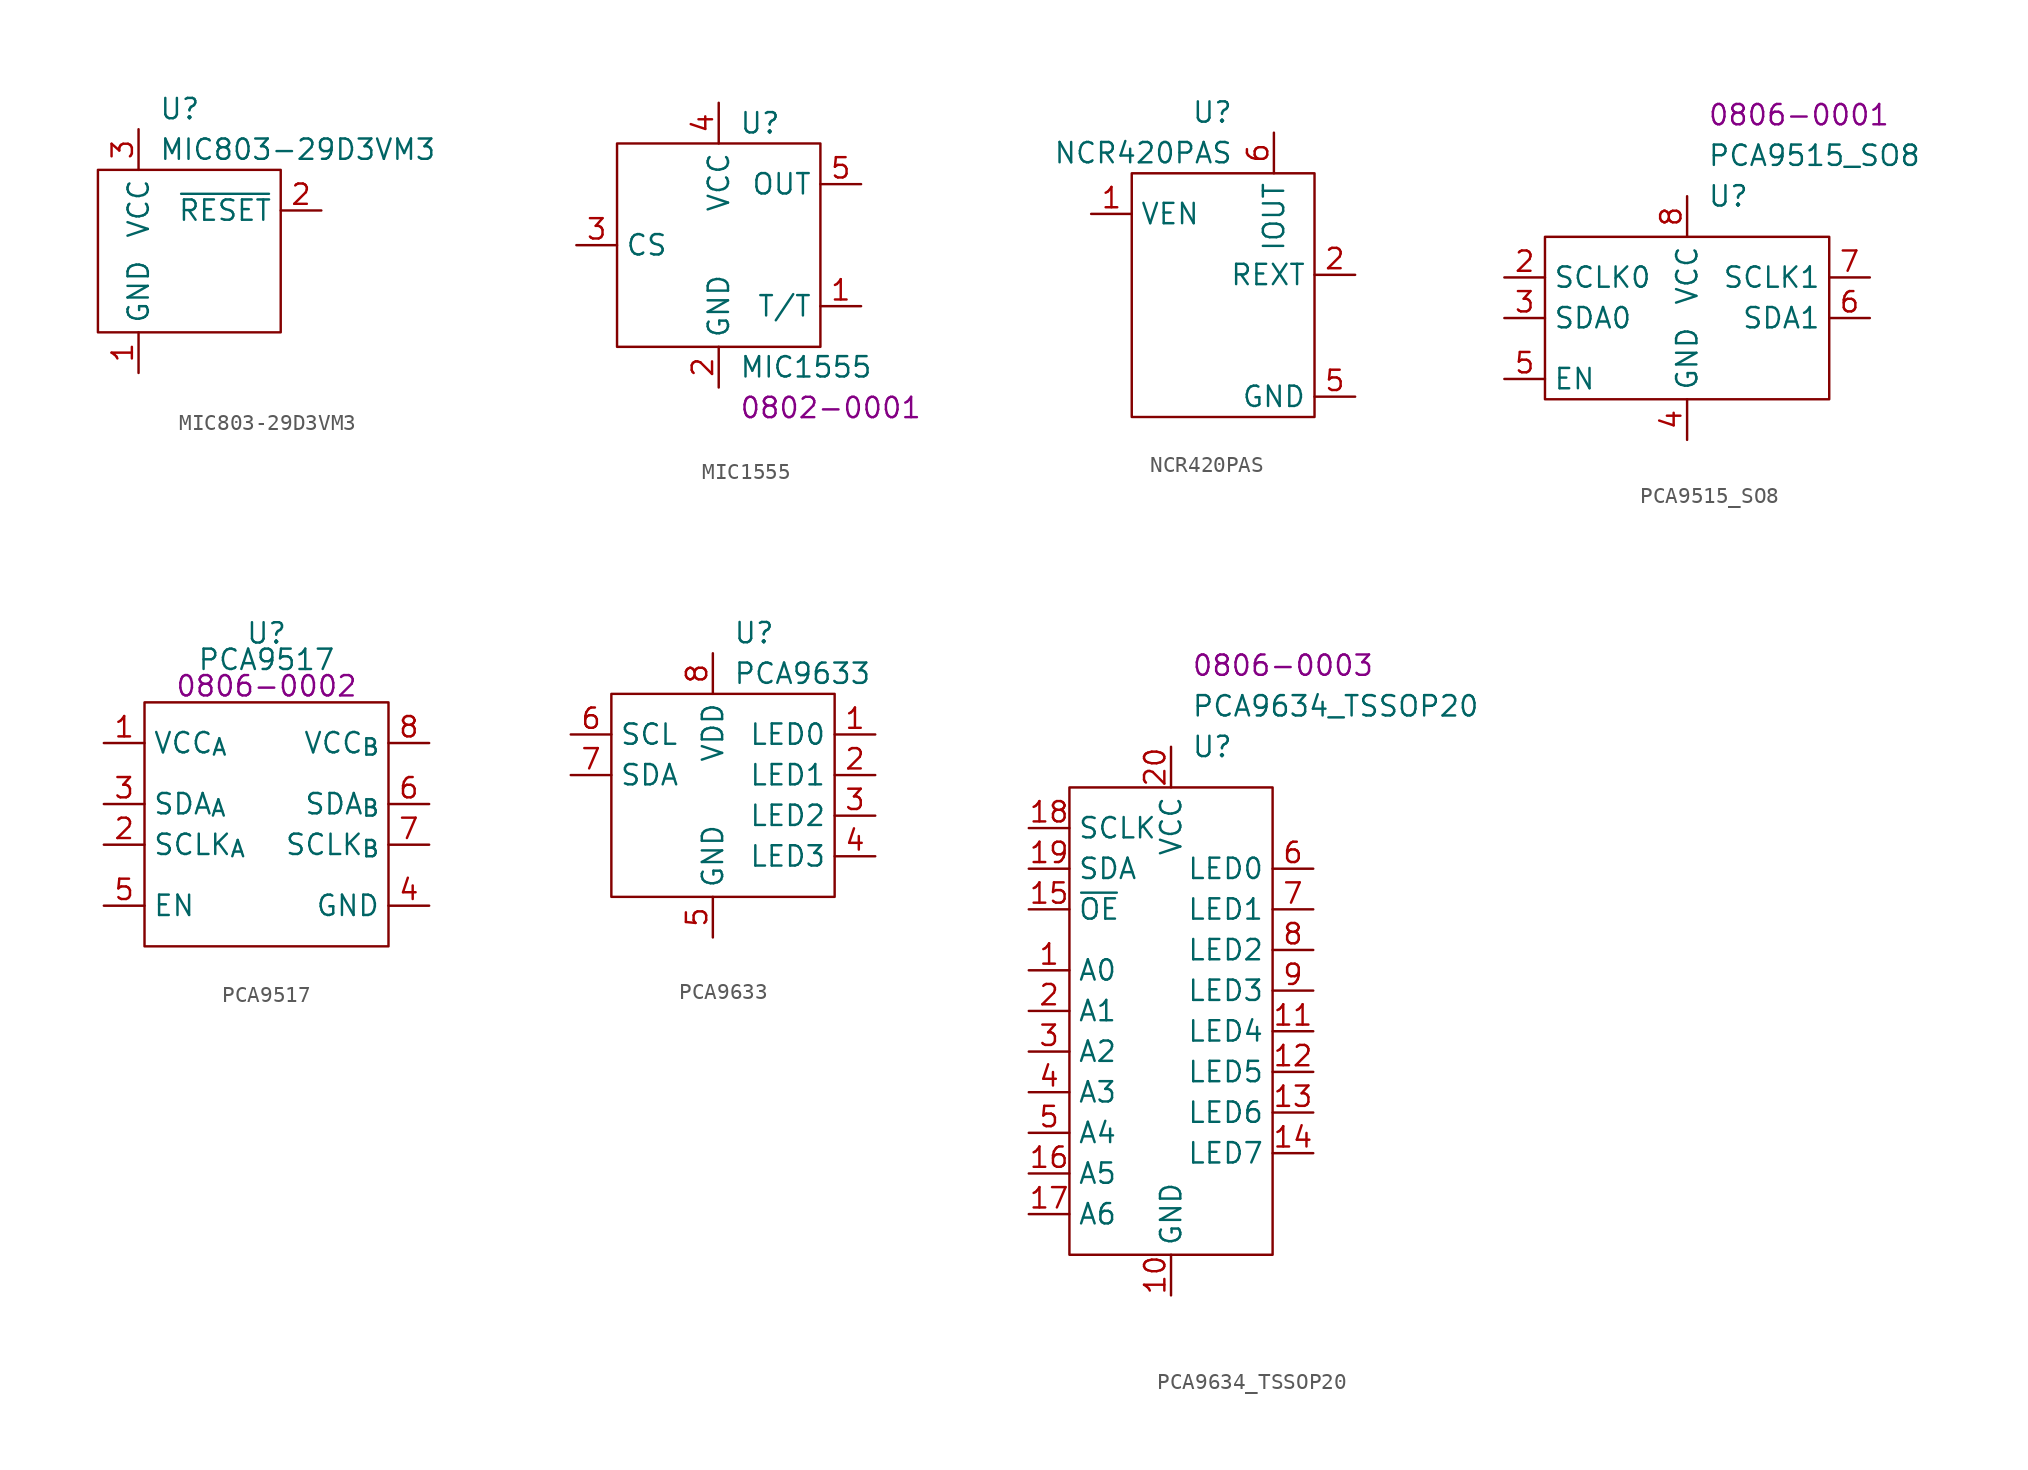
<source format=kicad_sym>
(kicad_symbol_lib
  (version 20220914)
  (generator kicad_symbol_editor)
  (symbol "MIC803-29D3VM3"
    (property "Reference" "U"
      (at 3.81 3.81 0)
      (effects (font (size 1.27 1.27)) (justify left)))
    (property "Value" "MIC803-29D3VM3"
      (at 3.81 1.27 0)
      (effects (font (size 1.27 1.27)) (justify left)))
    (symbol "MIC803-29D3VM3_0_0"
      (pin power_in line (at 2.54 -12.7 90) (length 2.54) (name "GND" (effects (font (size 1.27 1.27)))) (number "1" (effects (font (size 1.27 1.27)))))
      (pin output line (at 13.97 -2.54 180) (length 2.54) (name "~{RESET}" (effects (font (size 1.27 1.27)))) (number "2" (effects (font (size 1.27 1.27)))))
      (pin power_in line (at 2.54 2.54 270) (length 2.54) (name "VCC" (effects (font (size 1.27 1.27)))) (number "3" (effects (font (size 1.27 1.27))))))
    (symbol "MIC803-29D3VM3_0_1"
      (rectangle (start 0 0) (end 11.43 -10.16) (stroke (width 0) (type default)) (fill (type none)))))
  (symbol "MIC1555"
    (property "Reference" "U"
      (at 7.62 1.27 0)
      (effects (font (size 1.27 1.27)) (justify left)))
    (property "Value" "MIC1555"
      (at 7.62 -13.97 0)
      (effects (font (size 1.27 1.27)) (justify left)))
    (property "PartNumber" "0802-0001"
      (at 7.62 -16.51 0)
      (effects (font (size 1.27 1.27)) (justify left)))
    (symbol "MIC1555_0_0"
      (rectangle (start 0 0) (end 12.7 -12.7) (stroke (width 0) (type default)) (fill (type none)))
      (pin tri_state line (at 15.24 -10.16 180) (length 2.54) (name "T/T" (effects (font (size 1.27 1.27)))) (number "1" (effects (font (size 1.27 1.27)))))
      (pin power_in line (at 6.35 -15.24 90) (length 2.54) (name "GND" (effects (font (size 1.27 1.27)))) (number "2" (effects (font (size 1.27 1.27)))))
      (pin input line (at -2.54 -6.35 0) (length 2.54) (name "CS" (effects (font (size 1.27 1.27)))) (number "3" (effects (font (size 1.27 1.27)))))
      (pin power_in line (at 6.35 2.54 270) (length 2.54) (name "VCC" (effects (font (size 1.27 1.27)))) (number "4" (effects (font (size 1.27 1.27)))))
      (pin output line (at 15.24 -2.54 180) (length 2.54) (name "OUT" (effects (font (size 1.27 1.27)))) (number "5" (effects (font (size 1.27 1.27)))))))
  (symbol "NCR420PAS"
    (property "Reference" "U"
      (at 6.35 3.81 0)
      (effects (font (size 1.27 1.27)) (justify right)))
    (property "Value" "NCR420PAS"
      (at 6.35 1.27 0)
      (effects (font (size 1.27 1.27)) (justify right)))
    (symbol "NCR420PAS_0_0"
      (pin input line (at -2.54 -2.54 0) (length 2.54) (name "VEN" (effects (font (size 1.27 1.27)))) (number "1" (effects (font (size 1.27 1.27)))))
      (pin passive line (at 13.97 -6.35 180) (length 2.54) (name "REXT" (effects (font (size 1.27 1.27)))) (number "2" (effects (font (size 1.27 1.27)))))
      (pin no_connect line (at 3.81 -8.89 0) (length 2.54) hide (name "NC" (effects (font (size 1.27 1.27)))) (number "3" (effects (font (size 1.27 1.27)))))
      (pin no_connect line (at 3.81 -8.89 0) (length 2.54) hide (name "NC" (effects (font (size 1.27 1.27)))) (number "4" (effects (font (size 1.27 1.27)))))
      (pin power_out line (at 13.97 -13.97 180) (length 2.54) (name "GND" (effects (font (size 1.27 1.27)))) (number "5" (effects (font (size 1.27 1.27)))))
      (pin input line (at 8.89 2.54 270) (length 2.54) (name "IOUT" (effects (font (size 1.27 1.27)))) (number "6" (effects (font (size 1.27 1.27)))))
      (pin input line (at 8.89 2.54 270) (length 2.54) hide (name "IOUT" (effects (font (size 1.27 1.27)))) (number "7" (effects (font (size 1.27 1.27)))))
      (pin no_connect line (at 3.81 -8.89 0) (length 2.54) hide (name "NC" (effects (font (size 1.27 1.27)))) (number "8" (effects (font (size 1.27 1.27))))))
    (symbol "NCR420PAS_0_1"
      (rectangle (start 0 0) (end 11.43 -15.24) (stroke (width 0) (type default)) (fill (type none)))))
  (symbol "PCA9515_SO8"
    (property "Reference" "U"
      (at 10.16 2.54 0)
      (effects (font (size 1.27 1.27)) (justify left)))
    (property "Value" "PCA9515_SO8"
      (at 10.16 5.08 0)
      (effects (font (size 1.27 1.27)) (justify left)))
    (property "PartNumber" "0806-0001"
      (at 10.16 7.62 0)
      (effects (font (size 1.27 1.27)) (justify left)))
    (symbol "PCA9515_SO8_0_0"
      (pin tri_state line (at -2.54 -2.54 0) (length 2.54) (name "SCLK0" (effects (font (size 1.27 1.27)))) (number "2" (effects (font (size 1.27 1.27)))))
      (pin tri_state line (at -2.54 -5.08 0) (length 2.54) (name "SDA0" (effects (font (size 1.27 1.27)))) (number "3" (effects (font (size 1.27 1.27)))))
      (pin power_in line (at 8.89 -12.7 90) (length 2.54) (name "GND" (effects (font (size 1.27 1.27)))) (number "4" (effects (font (size 1.27 1.27)))))
      (pin input line (at -2.54 -8.89 0) (length 2.54) (name "EN" (effects (font (size 1.27 1.27)))) (number "5" (effects (font (size 1.27 1.27)))))
      (pin tri_state line (at 20.32 -5.08 180) (length 2.54) (name "SDA1" (effects (font (size 1.27 1.27)))) (number "6" (effects (font (size 1.27 1.27)))))
      (pin tri_state line (at 20.32 -2.54 180) (length 2.54) (name "SCLK1" (effects (font (size 1.27 1.27)))) (number "7" (effects (font (size 1.27 1.27)))))
      (pin power_in line (at 8.89 2.54 270) (length 2.54) (name "VCC" (effects (font (size 1.27 1.27)))) (number "8" (effects (font (size 1.27 1.27))))))
    (symbol "PCA9515_SO8_0_1"
      (rectangle (start 0 0) (end 17.78 -10.16) (stroke (width 0) (type default)) (fill (type none)))))
  (symbol "PCA9517"
    (property "Reference" "U"
      (at 0 4.318 0)
      (effects (font (size 1.27 1.27))))
    (property "Value" "PCA9517"
      (at 0 2.667 0)
      (effects (font (size 1.27 1.27))))
    (property "PartNumber" "0806-0002"
      (at 0 1.016 0)
      (effects (font (size 1.27 1.27))))
    (symbol "PCA9517_0_0"
      (pin power_in line (at -10.16 -2.54 0) (length 2.54) (name "VCC_{A}" (effects (font (size 1.27 1.27)))) (number "1" (effects (font (size 1.27 1.27)))))
      (pin bidirectional line (at -10.16 -8.89 0) (length 2.54) (name "SCLK_{A}" (effects (font (size 1.27 1.27)))) (number "2" (effects (font (size 1.27 1.27)))))
      (pin bidirectional line (at -10.16 -6.35 0) (length 2.54) (name "SDA_{A}" (effects (font (size 1.27 1.27)))) (number "3" (effects (font (size 1.27 1.27)))))
      (pin power_in line (at 10.16 -12.7 180) (length 2.54) (name "GND" (effects (font (size 1.27 1.27)))) (number "4" (effects (font (size 1.27 1.27)))))
      (pin input line (at -10.16 -12.7 0) (length 2.54) (name "EN" (effects (font (size 1.27 1.27)))) (number "5" (effects (font (size 1.27 1.27)))))
      (pin bidirectional line (at 10.16 -6.35 180) (length 2.54) (name "SDA_{B}" (effects (font (size 1.27 1.27)))) (number "6" (effects (font (size 1.27 1.27)))))
      (pin bidirectional line (at 10.16 -8.89 180) (length 2.54) (name "SCLK_{B}" (effects (font (size 1.27 1.27)))) (number "7" (effects (font (size 1.27 1.27)))))
      (pin power_in line (at 10.16 -2.54 180) (length 2.54) (name "VCC_{B}" (effects (font (size 1.27 1.27)))) (number "8" (effects (font (size 1.27 1.27))))))
    (symbol "PCA9517_0_1"
      (rectangle (start -7.62 0) (end 7.62 -15.24) (stroke (width 0) (type default)) (fill (type none)))))
  (symbol "PCA9633"
    (property "Reference" "U"
      (at 7.62 3.81 0)
      (effects (font (size 1.27 1.27)) (justify left)))
    (property "Value" "PCA9633"
      (at 7.62 1.27 0)
      (effects (font (size 1.27 1.27)) (justify left)))
    (symbol "PCA9633_0_0"
      (pin tri_state line (at 16.51 -2.54 180) (length 2.54) (name "LED0" (effects (font (size 1.27 1.27)))) (number "1" (effects (font (size 1.27 1.27)))))
      (pin tri_state line (at 16.51 -5.08 180) (length 2.54) (name "LED1" (effects (font (size 1.27 1.27)))) (number "2" (effects (font (size 1.27 1.27)))))
      (pin tri_state line (at 16.51 -7.62 180) (length 2.54) (name "LED2" (effects (font (size 1.27 1.27)))) (number "3" (effects (font (size 1.27 1.27)))))
      (pin tri_state line (at 16.51 -10.16 180) (length 2.54) (name "LED3" (effects (font (size 1.27 1.27)))) (number "4" (effects (font (size 1.27 1.27)))))
      (pin power_in line (at 6.35 -15.24 90) (length 2.54) (name "GND" (effects (font (size 1.27 1.27)))) (number "5" (effects (font (size 1.27 1.27)))))
      (pin input line (at -2.54 -2.54 0) (length 2.54) (name "SCL" (effects (font (size 1.27 1.27)))) (number "6" (effects (font (size 1.27 1.27)))))
      (pin bidirectional line (at -2.54 -5.08 0) (length 2.54) (name "SDA" (effects (font (size 1.27 1.27)))) (number "7" (effects (font (size 1.27 1.27)))))
      (pin power_in line (at 6.35 2.54 270) (length 2.54) (name "VDD" (effects (font (size 1.27 1.27)))) (number "8" (effects (font (size 1.27 1.27)))))
      (pin power_in line (at 6.35 -15.24 90) (length 2.54) hide (name "GND" (effects (font (size 1.27 1.27)))) (number "9" (effects (font (size 1.27 1.27))))))
    (symbol "PCA9633_0_1"
      (rectangle (start 0 0) (end 13.97 -12.7) (stroke (width 0) (type default)) (fill (type none)))))
  (symbol "PCA9634_TSSOP20"
    (property "Reference" "U"
      (at 1.27 16.51 0)
      (effects (font (size 1.27 1.27)) (justify left)))
    (property "Value" "PCA9634_TSSOP20"
      (at 1.27 19.05 0)
      (effects (font (size 1.27 1.27)) (justify left)))
    (property "PartNumber" "0806-0003"
      (at 1.27 21.59 0)
      (effects (font (size 1.27 1.27)) (justify left)))
    (symbol "PCA9634_TSSOP20_0_0"
      (pin input line (at -8.89 2.54 0) (length 2.54) (name "A0" (effects (font (size 1.27 1.27)))) (number "1" (effects (font (size 1.27 1.27)))))
      (pin power_in line (at 0 -17.78 90) (length 2.54) (name "GND" (effects (font (size 1.27 1.27)))) (number "10" (effects (font (size 1.27 1.27)))))
      (pin output line (at 8.89 -1.27 180) (length 2.54) (name "LED4" (effects (font (size 1.27 1.27)))) (number "11" (effects (font (size 1.27 1.27)))))
      (pin output line (at 8.89 -3.81 180) (length 2.54) (name "LED5" (effects (font (size 1.27 1.27)))) (number "12" (effects (font (size 1.27 1.27)))))
      (pin output line (at 8.89 -6.35 180) (length 2.54) (name "LED6" (effects (font (size 1.27 1.27)))) (number "13" (effects (font (size 1.27 1.27)))))
      (pin output line (at 8.89 -8.89 180) (length 2.54) (name "LED7" (effects (font (size 1.27 1.27)))) (number "14" (effects (font (size 1.27 1.27)))))
      (pin input line (at -8.89 6.35 0) (length 2.54) (name "~{OE}" (effects (font (size 1.27 1.27)))) (number "15" (effects (font (size 1.27 1.27)))))
      (pin input line (at -8.89 -10.16 0) (length 2.54) (name "A5" (effects (font (size 1.27 1.27)))) (number "16" (effects (font (size 1.27 1.27)))))
      (pin input line (at -8.89 -12.7 0) (length 2.54) (name "A6" (effects (font (size 1.27 1.27)))) (number "17" (effects (font (size 1.27 1.27)))))
      (pin input line (at -8.89 11.43 0) (length 2.54) (name "SCLK" (effects (font (size 1.27 1.27)))) (number "18" (effects (font (size 1.27 1.27)))))
      (pin bidirectional line (at -8.89 8.89 0) (length 2.54) (name "SDA" (effects (font (size 1.27 1.27)))) (number "19" (effects (font (size 1.27 1.27)))))
      (pin input line (at -8.89 0 0) (length 2.54) (name "A1" (effects (font (size 1.27 1.27)))) (number "2" (effects (font (size 1.27 1.27)))))
      (pin power_in line (at 0 16.51 270) (length 2.54) (name "VCC" (effects (font (size 1.27 1.27)))) (number "20" (effects (font (size 1.27 1.27)))))
      (pin input line (at -8.89 -2.54 0) (length 2.54) (name "A2" (effects (font (size 1.27 1.27)))) (number "3" (effects (font (size 1.27 1.27)))))
      (pin input line (at -8.89 -5.08 0) (length 2.54) (name "A3" (effects (font (size 1.27 1.27)))) (number "4" (effects (font (size 1.27 1.27)))))
      (pin input line (at -8.89 -7.62 0) (length 2.54) (name "A4" (effects (font (size 1.27 1.27)))) (number "5" (effects (font (size 1.27 1.27)))))
      (pin output line (at 8.89 8.89 180) (length 2.54) (name "LED0" (effects (font (size 1.27 1.27)))) (number "6" (effects (font (size 1.27 1.27)))))
      (pin output line (at 8.89 6.35 180) (length 2.54) (name "LED1" (effects (font (size 1.27 1.27)))) (number "7" (effects (font (size 1.27 1.27)))))
      (pin output line (at 8.89 3.81 180) (length 2.54) (name "LED2" (effects (font (size 1.27 1.27)))) (number "8" (effects (font (size 1.27 1.27)))))
      (pin output line (at 8.89 1.27 180) (length 2.54) (name "LED3" (effects (font (size 1.27 1.27)))) (number "9" (effects (font (size 1.27 1.27))))))
    (symbol "PCA9634_TSSOP20_0_1"
      (rectangle (start -6.35 13.97) (end 6.35 -15.24) (stroke (width 0) (type default)) (fill (type none))))))
</source>
